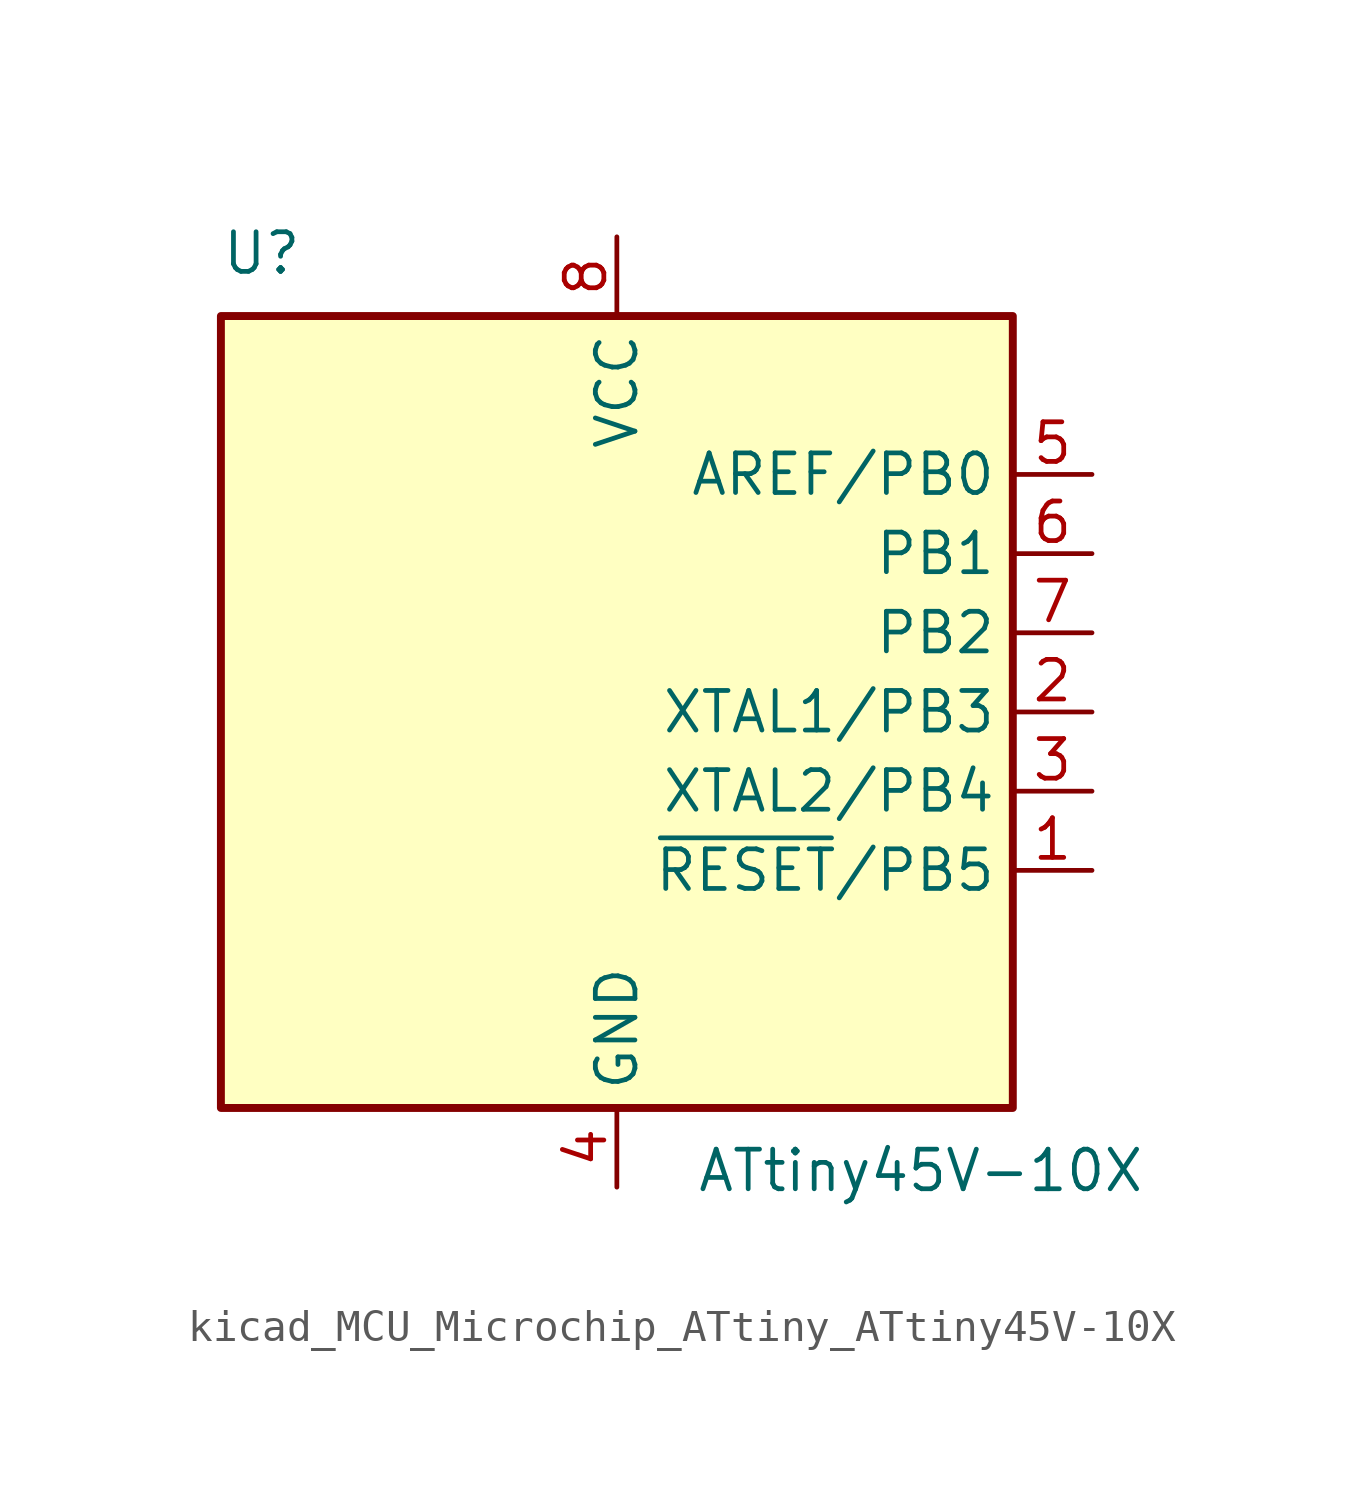
<source format=kicad_sym>
(kicad_symbol_lib
  (version 20220914)
  (generator kicad_symbol_editor)
  (symbol "kicad_MCU_Microchip_ATtiny_ATtiny45V-10X"
    (property "Reference" "U"
      (at -12.7 13.97 0)
      (effects (font (size 1.27 1.27)) (justify left bottom)))
    (property "Value" "ATtiny45V-10X"
      (at 2.54 -13.97 0)
      (effects (font (size 1.27 1.27)) (justify left top)))
    (symbol "kicad_MCU_Microchip_ATtiny_ATtiny45V-10X_0_1"
      (rectangle (start -12.7 -12.7) (end 12.7 12.7) (stroke (width 0.254) (type default)) (fill (type background))))
    (symbol "kicad_MCU_Microchip_ATtiny_ATtiny45V-10X_1_1"
      (pin bidirectional line (at 15.24 -5.08 180) (length 2.54) (name "~{RESET}/PB5" (effects (font (size 1.27 1.27)))) (number "1" (effects (font (size 1.27 1.27)))))
      (pin bidirectional line (at 15.24 0 180) (length 2.54) (name "XTAL1/PB3" (effects (font (size 1.27 1.27)))) (number "2" (effects (font (size 1.27 1.27)))))
      (pin bidirectional line (at 15.24 -2.54 180) (length 2.54) (name "XTAL2/PB4" (effects (font (size 1.27 1.27)))) (number "3" (effects (font (size 1.27 1.27)))))
      (pin power_in line (at 0 -15.24 90) (length 2.54) (name "GND" (effects (font (size 1.27 1.27)))) (number "4" (effects (font (size 1.27 1.27)))))
      (pin bidirectional line (at 15.24 7.62 180) (length 2.54) (name "AREF/PB0" (effects (font (size 1.27 1.27)))) (number "5" (effects (font (size 1.27 1.27)))))
      (pin bidirectional line (at 15.24 5.08 180) (length 2.54) (name "PB1" (effects (font (size 1.27 1.27)))) (number "6" (effects (font (size 1.27 1.27)))))
      (pin bidirectional line (at 15.24 2.54 180) (length 2.54) (name "PB2" (effects (font (size 1.27 1.27)))) (number "7" (effects (font (size 1.27 1.27)))))
      (pin power_in line (at 0 15.24 270) (length 2.54) (name "VCC" (effects (font (size 1.27 1.27)))) (number "8" (effects (font (size 1.27 1.27))))))))
</source>
